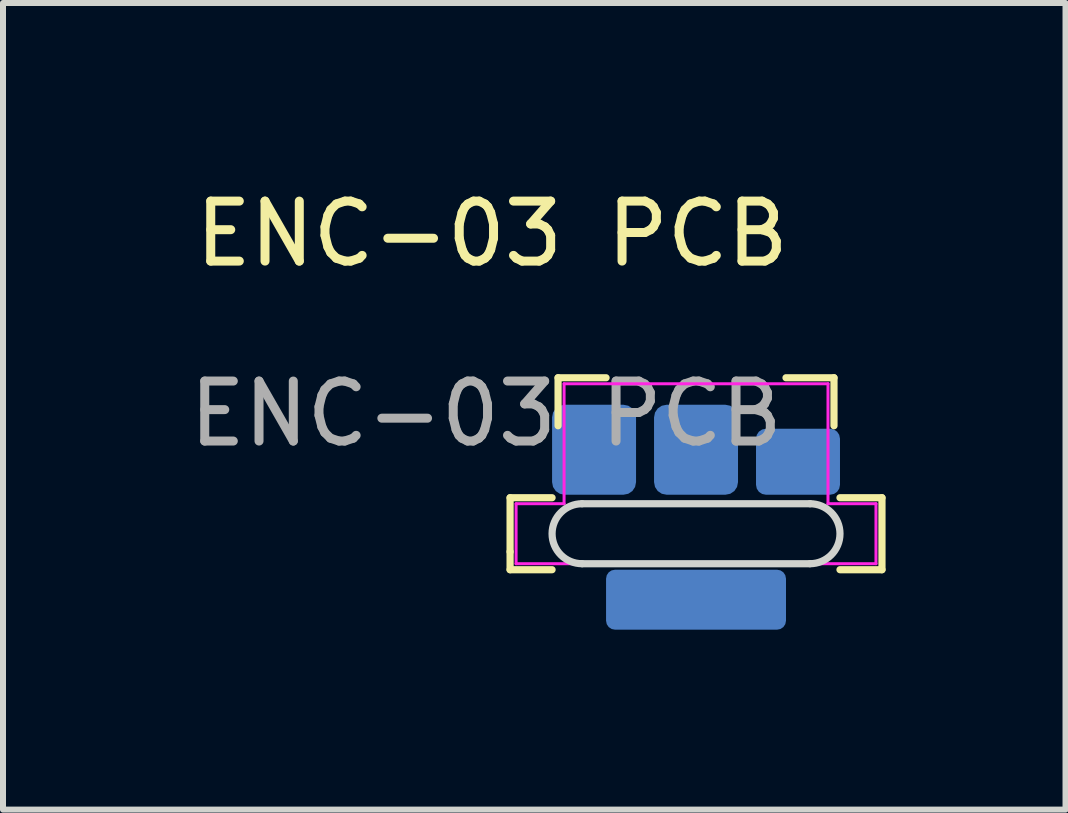
<source format=kicad_pcb>
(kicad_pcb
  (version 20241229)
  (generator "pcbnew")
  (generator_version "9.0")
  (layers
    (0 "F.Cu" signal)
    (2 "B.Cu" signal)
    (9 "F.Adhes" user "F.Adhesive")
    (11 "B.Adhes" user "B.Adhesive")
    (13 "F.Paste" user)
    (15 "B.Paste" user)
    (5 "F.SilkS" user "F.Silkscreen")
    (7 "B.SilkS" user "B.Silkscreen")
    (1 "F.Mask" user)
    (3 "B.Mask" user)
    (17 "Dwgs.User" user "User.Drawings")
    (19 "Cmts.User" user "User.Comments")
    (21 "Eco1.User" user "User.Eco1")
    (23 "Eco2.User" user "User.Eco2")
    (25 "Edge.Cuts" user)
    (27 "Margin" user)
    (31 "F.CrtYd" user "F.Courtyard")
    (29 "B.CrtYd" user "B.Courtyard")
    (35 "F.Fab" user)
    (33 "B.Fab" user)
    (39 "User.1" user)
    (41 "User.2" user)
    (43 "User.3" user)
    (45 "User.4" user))
  (footprint "ENC-03 PCB"
    (layer "F.Cu")
    (at 5.554 5.348)
    (property "Reference" "ENC-03 PCB" (at -0.4 -4.5 0) (unlocked yes) (layer "F.SilkS") (effects (font (size 1 1) (thickness 0.15))))
    (attr smd)
    (fp_line (start -0.1 -0.1) (end 0.6 -0.1) (stroke (width 0.12) (type solid)) (layer "F.SilkS"))
    (fp_line (start -0.1 0.8) (end -0.1 -0.1) (stroke (width 0.12) (type solid)) (layer "F.SilkS"))
    (fp_line (start -0.1 1.1) (end -0.1 0.8) (stroke (width 0.12) (type solid)) (layer "F.SilkS"))
    (fp_line (start 0.6 1.1) (end -0.1 1.1) (stroke (width 0.12) (type solid)) (layer "F.SilkS"))
    (fp_line (start 0.7 -2.1) (end 1.5 -2.1) (stroke (width 0.12) (type solid)) (layer "F.SilkS"))
    (fp_line (start 0.7 -1.3) (end 0.7 -2.1) (stroke (width 0.12) (type solid)) (layer "F.SilkS"))
    (fp_line (start 4.5 -2.1) (end 5.3 -2.1) (stroke (width 0.12) (type solid)) (layer "F.SilkS"))
    (fp_line (start 5.3 -1.3) (end 5.3 -2.1) (stroke (width 0.12) (type solid)) (layer "F.SilkS"))
    (fp_line (start 5.4 1.1) (end 6.1 1.1) (stroke (width 0.12) (type solid)) (layer "F.SilkS"))
    (fp_line (start 6.1 -0.1) (end 5.4 -0.1) (stroke (width 0.12) (type solid)) (layer "F.SilkS"))
    (fp_line (start 6.1 1.1) (end 6.1 -0.1) (stroke (width 0.12) (type solid)) (layer "F.SilkS"))
    (fp_line (start 1.1 0) (end 4.9 0) (stroke (width 0.12) (type solid)) (layer "Edge.Cuts"))
    (fp_line (start 1.1 1) (end 4.9 1) (stroke (width 0.12) (type solid)) (layer "Edge.Cuts"))
    (fp_arc (start 1.1 1) (mid 0.6 0.5) (end 1.1 0) (stroke (width 0.12) (type solid)) (layer "Edge.Cuts"))
    (fp_arc (start 4.9 0) (mid 5.4 0.5) (end 4.9 1) (stroke (width 0.12) (type solid)) (layer "Edge.Cuts"))
    (fp_line (start 0 0) (end 0.8 0) (stroke (width 0.05) (type solid)) (layer "F.CrtYd"))
    (fp_line (start 0 1) (end 0 0) (stroke (width 0.05) (type solid)) (layer "F.CrtYd"))
    (fp_line (start 0.8 -2) (end 5.2 -2) (stroke (width 0.05) (type solid)) (layer "F.CrtYd"))
    (fp_line (start 0.8 0) (end 0.8 -2) (stroke (width 0.05) (type solid)) (layer "F.CrtYd"))
    (fp_line (start 5.2 -2) (end 5.2 0) (stroke (width 0.05) (type solid)) (layer "F.CrtYd"))
    (fp_line (start 5.2 0) (end 6 0) (stroke (width 0.05) (type solid)) (layer "F.CrtYd"))
    (fp_line (start 6 0) (end 6 1) (stroke (width 0.05) (type solid)) (layer "F.CrtYd"))
    (fp_line (start 6 1) (end 0 1) (stroke (width 0.05) (type solid)) (layer "F.CrtYd"))
    (fp_text user "${REFERENCE}" (at -0.5 -1.5 0) (unlocked yes) (layer "F.Fab") (effects (font (size 1 1) (thickness 0.15))))
    (pad "1" smd roundrect (at 4.7 -0.7 270) (size 1.1 1.4) (layers "B.Cu" "B.Mask" "B.Paste") (roundrect_rratio 0.15))
    (pad "2" smd roundrect (at 3 -0.9 270) (size 1.5 1.4) (layers "B.Cu" "B.Mask" "B.Paste") (roundrect_rratio 0.15))
    (pad "3" smd roundrect (at 1.3 -0.9 270) (size 1.5 1.4) (layers "B.Cu" "B.Mask" "B.Paste") (roundrect_rratio 0.15))
    (pad "4" smd roundrect (at 3 1.6 180) (size 3 1) (layers "B.Cu" "B.Mask" "B.Paste") (roundrect_rratio 0.15)))
  (gr_rect
    (start -3 -3)
    (end 14.714 10.448)
    (stroke (width 0.1) (type default))
    (fill no)
    (layer "Edge.Cuts")))
</source>
